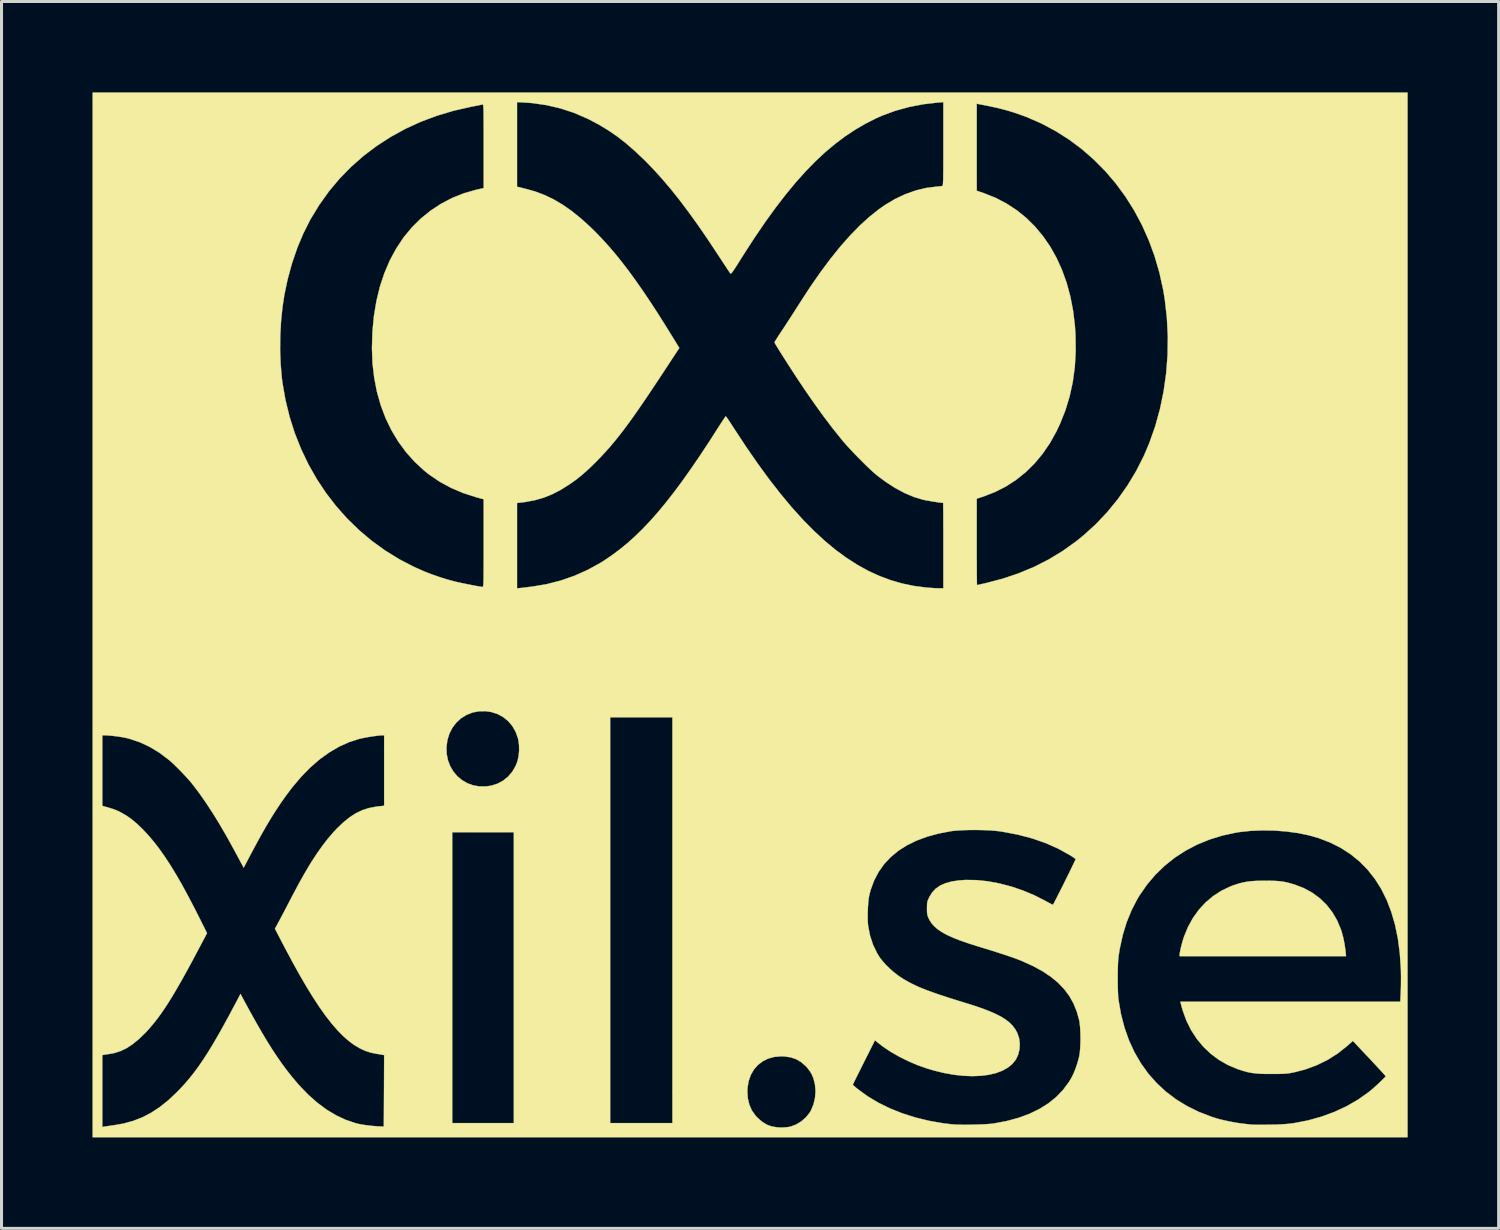
<source format=kicad_pcb>
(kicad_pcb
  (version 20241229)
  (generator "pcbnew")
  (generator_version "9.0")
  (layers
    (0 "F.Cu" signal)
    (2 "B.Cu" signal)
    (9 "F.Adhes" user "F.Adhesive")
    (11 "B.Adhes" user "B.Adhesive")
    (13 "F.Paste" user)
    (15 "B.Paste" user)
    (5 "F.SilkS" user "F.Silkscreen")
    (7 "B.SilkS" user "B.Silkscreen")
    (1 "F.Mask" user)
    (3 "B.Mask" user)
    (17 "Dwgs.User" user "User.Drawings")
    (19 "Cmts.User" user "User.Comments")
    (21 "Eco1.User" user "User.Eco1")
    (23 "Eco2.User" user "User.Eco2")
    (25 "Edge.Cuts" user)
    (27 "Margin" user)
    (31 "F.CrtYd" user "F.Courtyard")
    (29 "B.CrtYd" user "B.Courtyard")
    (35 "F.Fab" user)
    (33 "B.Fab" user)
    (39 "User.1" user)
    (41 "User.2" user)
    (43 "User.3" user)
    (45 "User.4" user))
  (footprint "logo"
    (layer "F.Cu")
    (at 21.68 17.213)
    (property "Reference" "logo" (at 0 0 0) (layer "F.SilkS") (effects (font (size 1.524 1.524) (thickness 0.3))))
    (attr through_hole)
    (fp_poly (pts (xy 17.168 8.775) (xy 17.327 8.78) (xy 17.463 8.79) (xy 17.586 8.807) (xy 17.705 8.831) (xy 17.829 8.864) (xy 17.959 8.903) (xy 18.26 9.02) (xy 18.535 9.17) (xy 18.783 9.352) (xy 19.002 9.564) (xy 19.192 9.806) (xy 19.35 10.075) (xy 19.475 10.37) (xy 19.503 10.453) (xy 19.553 10.638) (xy 19.596 10.846) (xy 19.627 11.057) (xy 19.634 11.118) (xy 19.648 11.261) (xy 14.161 11.261) (xy 14.161 11.213) (xy 14.168 11.152) (xy 14.185 11.061) (xy 14.21 10.95) (xy 14.241 10.831) (xy 14.275 10.714) (xy 14.306 10.618) (xy 14.438 10.297) (xy 14.602 10) (xy 14.795 9.731) (xy 15.016 9.491) (xy 15.263 9.282) (xy 15.534 9.106) (xy 15.828 8.965) (xy 15.93 8.926) (xy 16.083 8.875) (xy 16.227 8.836) (xy 16.371 8.808) (xy 16.525 8.789) (xy 16.699 8.778) (xy 16.902 8.774) (xy 16.976 8.774) (xy 17.168 8.775)) (stroke (width 0.01) (type solid)) (fill yes) (layer "F.SilkS"))
    (fp_poly (pts (xy 21.675 17.23) (xy -21.675 17.23) (xy -21.675 5.143) (xy -21.357 5.143) (xy -21.357 6.306) (xy -21.235 6.34) (xy -21.102 6.379) (xy -20.998 6.411) (xy -20.911 6.444) (xy -20.83 6.479) (xy -20.742 6.523) (xy -20.728 6.531) (xy -20.555 6.631) (xy -20.387 6.75) (xy -20.216 6.894) (xy -20.033 7.069) (xy -20.029 7.073) (xy -19.848 7.266) (xy -19.668 7.477) (xy -19.488 7.709) (xy -19.306 7.965) (xy -19.122 8.246) (xy -18.932 8.556) (xy -18.735 8.898) (xy -18.531 9.272) (xy -18.316 9.684) (xy -18.173 9.966) (xy -17.905 10.502) (xy -18.153 10.971) (xy -18.354 11.351) (xy -18.541 11.696) (xy -18.713 12.007) (xy -18.873 12.287) (xy -19.022 12.54) (xy -19.162 12.768) (xy -19.296 12.974) (xy -19.424 13.161) (xy -19.548 13.33) (xy -19.671 13.486) (xy -19.793 13.63) (xy -19.916 13.765) (xy -19.938 13.788) (xy -20.151 13.995) (xy -20.357 14.163) (xy -20.558 14.295) (xy -20.759 14.391) (xy -20.963 14.456) (xy -21.081 14.478) (xy -21.165 14.491) (xy -21.243 14.503) (xy -21.288 14.511) (xy -21.357 14.522) (xy -21.357 16.894) (xy -21.299 16.883) (xy -21.255 16.875) (xy -21.18 16.864) (xy -21.085 16.851) (xy -20.991 16.838) (xy -20.651 16.778) (xy -20.333 16.69) (xy -20.031 16.572) (xy -19.742 16.421) (xy -19.461 16.235) (xy -19.182 16.012) (xy -18.912 15.759) (xy -18.756 15.598) (xy -18.605 15.432) (xy -18.459 15.258) (xy -18.314 15.074) (xy -18.169 14.876) (xy -18.022 14.661) (xy -17.871 14.426) (xy -17.714 14.169) (xy -17.548 13.885) (xy -17.372 13.572) (xy -17.183 13.227) (xy -16.981 12.847) (xy -16.944 12.778) (xy -16.801 12.506) (xy -16.707 12.682) (xy -16.493 13.077) (xy -16.293 13.435) (xy -16.105 13.762) (xy -15.927 14.06) (xy -15.756 14.333) (xy -15.59 14.584) (xy -15.427 14.817) (xy -15.265 15.035) (xy -15.101 15.242) (xy -14.933 15.441) (xy -14.843 15.544) (xy -14.558 15.838) (xy -14.262 16.098) (xy -13.957 16.323) (xy -13.646 16.51) (xy -13.33 16.658) (xy -13.013 16.765) (xy -12.943 16.784) (xy -12.807 16.811) (xy -12.642 16.836) (xy -12.46 16.857) (xy -12.274 16.871) (xy -12.213 16.874) (xy -12.076 16.88) (xy -12.07 15.702) (xy -12.065 14.524) (xy -12.123 14.512) (xy -12.174 14.503) (xy -12.25 14.49) (xy -12.33 14.478) (xy -12.514 14.439) (xy -12.696 14.379) (xy -12.877 14.294) (xy -13.058 14.186) (xy -13.239 14.051) (xy -13.422 13.889) (xy -13.608 13.699) (xy -13.798 13.48) (xy -13.993 13.229) (xy -14.194 12.946) (xy -14.402 12.63) (xy -14.619 12.279) (xy -14.844 11.892) (xy -15.08 11.467) (xy -15.327 11.005) (xy -15.45 10.771) (xy -15.665 10.355) (xy -15.54 10.125) (xy -15.497 10.045) (xy -15.439 9.935) (xy -15.369 9.803) (xy -15.291 9.654) (xy -15.21 9.498) (xy -15.128 9.341) (xy -15.12 9.324) (xy -14.903 8.915) (xy -14.696 8.544) (xy -14.496 8.208) (xy -14.301 7.906) (xy -14.11 7.634) (xy -13.921 7.389) (xy -13.738 7.176) (xy -9.821 7.176) (xy -9.821 16.764) (xy -7.789 16.764) (xy -7.789 7.176) (xy -9.821 7.176) (xy -13.738 7.176) (xy -13.732 7.169) (xy -13.632 7.062) (xy -13.416 6.854) (xy -13.206 6.684) (xy -12.998 6.549) (xy -12.785 6.448) (xy -12.564 6.376) (xy -12.33 6.332) (xy -12.293 6.327) (xy -12.065 6.302) (xy -12.065 4.372) (xy -10.01 4.372) (xy -10.003 4.594) (xy -9.961 4.804) (xy -9.886 4.999) (xy -9.783 5.174) (xy -9.653 5.328) (xy -9.499 5.456) (xy -9.325 5.558) (xy -9.133 5.628) (xy -8.926 5.665) (xy -8.707 5.665) (xy -8.541 5.641) (xy -8.332 5.576) (xy -8.144 5.475) (xy -7.978 5.341) (xy -7.839 5.178) (xy -7.729 4.987) (xy -7.671 4.838) (xy -7.633 4.673) (xy -7.615 4.488) (xy -7.618 4.3) (xy -7.641 4.127) (xy -7.651 4.087) (xy -7.728 3.868) (xy -7.837 3.676) (xy -7.976 3.511) (xy -8.13 3.387) (xy -4.614 3.387) (xy -4.614 16.764) (xy -2.561 16.764) (xy -2.561 15.727) (xy -0.09 15.727) (xy -0.073 15.958) (xy -0.023 16.165) (xy 0.06 16.35) (xy 0.18 16.518) (xy 0.252 16.595) (xy 0.4 16.723) (xy 0.551 16.816) (xy 0.713 16.875) (xy 0.896 16.905) (xy 1.027 16.911) (xy 1.129 16.907) (xy 1.232 16.898) (xy 1.315 16.885) (xy 1.331 16.881) (xy 1.516 16.812) (xy 1.689 16.707) (xy 1.841 16.575) (xy 1.964 16.421) (xy 2.007 16.347) (xy 2.091 16.145) (xy 2.141 15.929) (xy 2.157 15.708) (xy 2.139 15.498) (xy 3.388 15.498) (xy 3.403 15.516) (xy 3.444 15.554) (xy 3.504 15.606) (xy 3.551 15.644) (xy 3.871 15.878) (xy 4.225 16.09) (xy 4.608 16.278) (xy 5.017 16.442) (xy 5.449 16.579) (xy 5.898 16.689) (xy 6.363 16.77) (xy 6.646 16.804) (xy 6.758 16.812) (xy 6.901 16.817) (xy 7.066 16.819) (xy 7.245 16.818) (xy 7.428 16.814) (xy 7.606 16.809) (xy 7.77 16.801) (xy 7.911 16.791) (xy 8.02 16.779) (xy 8.033 16.777) (xy 8.458 16.697) (xy 8.85 16.591) (xy 9.21 16.459) (xy 9.537 16.3) (xy 9.831 16.116) (xy 10.092 15.905) (xy 10.32 15.668) (xy 10.514 15.406) (xy 10.597 15.268) (xy 10.663 15.134) (xy 10.728 14.973) (xy 10.788 14.798) (xy 10.836 14.624) (xy 10.851 14.563) (xy 10.87 14.444) (xy 10.883 14.294) (xy 10.891 14.123) (xy 10.893 13.944) (xy 10.889 13.766) (xy 10.88 13.6) (xy 10.865 13.458) (xy 10.851 13.377) (xy 10.771 13.088) (xy 10.663 12.821) (xy 10.524 12.573) (xy 10.353 12.344) (xy 10.149 12.132) (xy 10.037 12.04) (xy 12.12 12.04) (xy 12.121 12.22) (xy 12.126 12.388) (xy 12.132 12.537) (xy 12.141 12.657) (xy 12.146 12.7) (xy 12.227 13.169) (xy 12.342 13.613) (xy 12.49 14.033) (xy 12.671 14.426) (xy 12.884 14.793) (xy 13.128 15.133) (xy 13.404 15.445) (xy 13.709 15.728) (xy 14.045 15.982) (xy 14.41 16.205) (xy 14.803 16.398) (xy 15.224 16.56) (xy 15.378 16.608) (xy 15.523 16.648) (xy 15.697 16.688) (xy 15.883 16.726) (xy 16.067 16.758) (xy 16.234 16.781) (xy 16.256 16.784) (xy 16.353 16.795) (xy 16.443 16.805) (xy 16.512 16.813) (xy 16.531 16.815) (xy 16.573 16.817) (xy 16.65 16.818) (xy 16.756 16.819) (xy 16.883 16.819) (xy 17.025 16.818) (xy 17.124 16.817) (xy 17.33 16.813) (xy 17.503 16.806) (xy 17.651 16.797) (xy 17.783 16.785) (xy 17.908 16.769) (xy 17.928 16.766) (xy 18.39 16.677) (xy 18.835 16.553) (xy 19.261 16.397) (xy 19.664 16.21) (xy 20.041 15.993) (xy 20.389 15.746) (xy 20.43 15.713) (xy 20.498 15.657) (xy 20.577 15.588) (xy 20.662 15.512) (xy 20.745 15.434) (xy 20.822 15.361) (xy 20.887 15.297) (xy 20.933 15.249) (xy 20.954 15.222) (xy 20.955 15.22) (xy 20.941 15.201) (xy 20.901 15.155) (xy 20.838 15.086) (xy 20.756 14.996) (xy 20.658 14.89) (xy 20.546 14.77) (xy 20.425 14.64) (xy 20.414 14.629) (xy 19.874 14.055) (xy 19.681 14.225) (xy 19.371 14.471) (xy 19.038 14.681) (xy 18.683 14.855) (xy 18.307 14.994) (xy 17.951 15.087) (xy 17.861 15.105) (xy 17.783 15.119) (xy 17.708 15.129) (xy 17.628 15.136) (xy 17.535 15.14) (xy 17.42 15.143) (xy 17.275 15.144) (xy 17.187 15.144) (xy 16.979 15.143) (xy 16.803 15.137) (xy 16.651 15.125) (xy 16.514 15.106) (xy 16.384 15.079) (xy 16.25 15.042) (xy 16.103 14.994) (xy 16.068 14.982) (xy 15.751 14.848) (xy 15.457 14.68) (xy 15.187 14.478) (xy 14.942 14.246) (xy 14.726 13.985) (xy 14.539 13.697) (xy 14.384 13.385) (xy 14.263 13.051) (xy 14.236 12.955) (xy 14.185 12.764) (xy 21.437 12.764) (xy 21.453 12.409) (xy 21.458 12.257) (xy 21.46 12.082) (xy 21.46 11.901) (xy 21.457 11.732) (xy 21.455 11.675) (xy 21.42 11.163) (xy 21.357 10.681) (xy 21.264 10.228) (xy 21.141 9.805) (xy 20.99 9.411) (xy 20.81 9.048) (xy 20.601 8.716) (xy 20.363 8.414) (xy 20.097 8.143) (xy 19.803 7.903) (xy 19.481 7.694) (xy 19.131 7.517) (xy 18.753 7.371) (xy 18.435 7.279) (xy 18.074 7.204) (xy 17.689 7.151) (xy 17.29 7.12) (xy 16.889 7.114) (xy 16.495 7.13) (xy 16.122 7.171) (xy 16.023 7.187) (xy 15.576 7.283) (xy 15.148 7.415) (xy 14.742 7.581) (xy 14.36 7.781) (xy 14.001 8.014) (xy 13.669 8.279) (xy 13.364 8.574) (xy 13.088 8.899) (xy 12.842 9.253) (xy 12.765 9.381) (xy 12.574 9.75) (xy 12.413 10.147) (xy 12.284 10.57) (xy 12.187 11.017) (xy 12.146 11.282) (xy 12.136 11.385) (xy 12.128 11.521) (xy 12.123 11.681) (xy 12.12 11.857) (xy 12.12 12.04) (xy 10.037 12.04) (xy 9.91 11.936) (xy 9.635 11.753) (xy 9.321 11.583) (xy 8.968 11.423) (xy 8.882 11.388) (xy 8.78 11.349) (xy 8.664 11.306) (xy 8.529 11.26) (xy 8.373 11.208) (xy 8.191 11.149) (xy 7.979 11.082) (xy 7.734 11.006) (xy 7.493 10.932) (xy 7.187 10.835) (xy 6.92 10.742) (xy 6.689 10.651) (xy 6.492 10.561) (xy 6.326 10.469) (xy 6.187 10.376) (xy 6.074 10.278) (xy 5.983 10.175) (xy 5.912 10.064) (xy 5.888 10.016) (xy 5.861 9.953) (xy 5.844 9.896) (xy 5.835 9.831) (xy 5.832 9.744) (xy 5.832 9.682) (xy 5.833 9.582) (xy 5.837 9.51) (xy 5.849 9.452) (xy 5.871 9.394) (xy 5.905 9.321) (xy 5.911 9.308) (xy 6.004 9.158) (xy 6.122 9.033) (xy 6.269 8.932) (xy 6.446 8.854) (xy 6.654 8.797) (xy 6.897 8.762) (xy 7.112 8.748) (xy 7.467 8.753) (xy 7.838 8.792) (xy 8.22 8.863) (xy 8.607 8.964) (xy 8.991 9.094) (xy 9.366 9.251) (xy 9.726 9.433) (xy 9.741 9.441) (xy 9.829 9.49) (xy 9.904 9.529) (xy 9.958 9.556) (xy 9.984 9.566) (xy 9.984 9.566) (xy 9.996 9.548) (xy 10.024 9.497) (xy 10.066 9.417) (xy 10.119 9.314) (xy 10.18 9.193) (xy 10.248 9.058) (xy 10.32 8.915) (xy 10.392 8.769) (xy 10.464 8.624) (xy 10.532 8.486) (xy 10.594 8.358) (xy 10.647 8.248) (xy 10.69 8.158) (xy 10.719 8.095) (xy 10.732 8.063) (xy 10.732 8.06) (xy 10.715 8.044) (xy 10.669 8.011) (xy 10.602 7.967) (xy 10.544 7.93) (xy 10.162 7.718) (xy 9.749 7.534) (xy 9.306 7.38) (xy 8.833 7.255) (xy 8.331 7.16) (xy 8.202 7.141) (xy 8.049 7.124) (xy 7.866 7.112) (xy 7.663 7.104) (xy 7.449 7.1) (xy 7.236 7.101) (xy 7.03 7.107) (xy 6.844 7.117) (xy 6.685 7.132) (xy 6.625 7.14) (xy 6.211 7.219) (xy 5.829 7.324) (xy 5.48 7.454) (xy 5.164 7.61) (xy 4.881 7.791) (xy 4.632 7.998) (xy 4.417 8.229) (xy 4.236 8.485) (xy 4.089 8.766) (xy 3.976 9.072) (xy 3.926 9.264) (xy 3.909 9.365) (xy 3.895 9.496) (xy 3.885 9.648) (xy 3.879 9.809) (xy 3.877 9.968) (xy 3.88 10.114) (xy 3.889 10.236) (xy 3.892 10.269) (xy 3.955 10.586) (xy 4.054 10.887) (xy 4.19 11.167) (xy 4.276 11.306) (xy 4.366 11.423) (xy 4.483 11.552) (xy 4.617 11.683) (xy 4.759 11.806) (xy 4.898 11.912) (xy 4.936 11.938) (xy 5.063 12.019) (xy 5.195 12.096) (xy 5.333 12.169) (xy 5.483 12.241) (xy 5.649 12.313) (xy 5.833 12.386) (xy 6.04 12.461) (xy 6.274 12.542) (xy 6.538 12.628) (xy 6.837 12.722) (xy 7.08 12.797) (xy 7.394 12.895) (xy 7.669 12.99) (xy 7.907 13.082) (xy 8.113 13.173) (xy 8.288 13.264) (xy 8.435 13.358) (xy 8.558 13.455) (xy 8.659 13.559) (xy 8.742 13.669) (xy 8.808 13.789) (xy 8.811 13.795) (xy 8.868 13.963) (xy 8.891 14.143) (xy 8.882 14.327) (xy 8.84 14.503) (xy 8.767 14.661) (xy 8.759 14.674) (xy 8.644 14.817) (xy 8.494 14.938) (xy 8.313 15.038) (xy 8.104 15.116) (xy 7.868 15.172) (xy 7.609 15.205) (xy 7.329 15.216) (xy 7.031 15.205) (xy 6.718 15.17) (xy 6.393 15.112) (xy 6.057 15.03) (xy 5.824 14.961) (xy 5.518 14.852) (xy 5.212 14.721) (xy 4.916 14.574) (xy 4.638 14.415) (xy 4.387 14.248) (xy 4.223 14.121) (xy 4.117 14.033) (xy 3.753 14.758) (xy 3.672 14.92) (xy 3.597 15.071) (xy 3.53 15.205) (xy 3.474 15.318) (xy 3.43 15.408) (xy 3.401 15.469) (xy 3.388 15.496) (xy 3.388 15.498) (xy 2.139 15.498) (xy 2.139 15.489) (xy 2.086 15.282) (xy 2.031 15.154) (xy 1.982 15.071) (xy 1.915 14.978) (xy 1.844 14.895) (xy 1.838 14.889) (xy 1.687 14.756) (xy 1.522 14.659) (xy 1.338 14.596) (xy 1.131 14.566) (xy 1.021 14.563) (xy 0.799 14.582) (xy 0.597 14.637) (xy 0.416 14.727) (xy 0.259 14.847) (xy 0.127 14.997) (xy 0.025 15.173) (xy -0.046 15.372) (xy -0.084 15.592) (xy -0.09 15.727) (xy -2.561 15.727) (xy -2.561 3.387) (xy -4.614 3.387) (xy -8.13 3.387) (xy -8.141 3.378) (xy -8.33 3.276) (xy -8.54 3.21) (xy -8.723 3.184) (xy -8.946 3.188) (xy -9.158 3.23) (xy -9.354 3.309) (xy -9.532 3.42) (xy -9.687 3.562) (xy -9.816 3.732) (xy -9.915 3.926) (xy -9.98 4.139) (xy -10.01 4.372) (xy -12.065 4.372) (xy -12.065 3.979) (xy -12.124 3.979) (xy -12.198 3.983) (xy -12.302 3.995) (xy -12.426 4.011) (xy -12.558 4.032) (xy -12.688 4.055) (xy -12.804 4.078) (xy -12.877 4.094) (xy -13.212 4.201) (xy -13.543 4.349) (xy -13.867 4.538) (xy -14.185 4.766) (xy -14.495 5.034) (xy -14.796 5.341) (xy -15.087 5.685) (xy -15.119 5.726) (xy -15.29 5.953) (xy -15.457 6.187) (xy -15.62 6.432) (xy -15.785 6.693) (xy -15.954 6.975) (xy -16.129 7.283) (xy -16.315 7.622) (xy -16.453 7.881) (xy -16.696 8.344) (xy -16.791 8.167) (xy -16.837 8.082) (xy -16.896 7.972) (xy -16.961 7.85) (xy -17.026 7.73) (xy -17.04 7.705) (xy -17.261 7.303) (xy -17.486 6.918) (xy -17.71 6.553) (xy -17.932 6.214) (xy -18.147 5.905) (xy -18.353 5.631) (xy -18.412 5.557) (xy -18.502 5.452) (xy -18.612 5.33) (xy -18.735 5.2) (xy -18.862 5.07) (xy -18.984 4.95) (xy -19.093 4.849) (xy -19.156 4.795) (xy -19.467 4.559) (xy -19.788 4.364) (xy -20.117 4.209) (xy -20.453 4.096) (xy -20.563 4.068) (xy -20.683 4.044) (xy -20.825 4.021) (xy -20.974 4.002) (xy -21.115 3.988) (xy -21.236 3.98) (xy -21.275 3.979) (xy -21.357 3.979) (xy -21.357 5.143) (xy -21.675 5.143) (xy -21.675 -8.723) (xy -15.495 -8.723) (xy -15.478 -8.261) (xy -15.44 -7.821) (xy -15.419 -7.652) (xy -15.319 -7.079) (xy -15.183 -6.521) (xy -15.01 -5.979) (xy -14.802 -5.456) (xy -14.561 -4.952) (xy -14.287 -4.469) (xy -13.982 -4.01) (xy -13.647 -3.575) (xy -13.283 -3.166) (xy -12.892 -2.785) (xy -12.474 -2.433) (xy -12.031 -2.112) (xy -11.564 -1.824) (xy -11.074 -1.57) (xy -10.73 -1.418) (xy -10.486 -1.324) (xy -10.227 -1.234) (xy -9.97 -1.154) (xy -9.731 -1.09) (xy -9.719 -1.087) (xy -9.631 -1.066) (xy -9.52 -1.043) (xy -9.396 -1.017) (xy -9.265 -0.991) (xy -9.138 -0.966) (xy -9.021 -0.944) (xy -8.923 -0.927) (xy -8.852 -0.916) (xy -8.821 -0.912) (xy -8.814 -0.914) (xy -8.808 -0.921) (xy -8.802 -0.937) (xy -8.798 -0.964) (xy -8.794 -1.006) (xy -8.791 -1.065) (xy -8.789 -1.145) (xy -8.787 -1.248) (xy -8.786 -1.377) (xy -8.785 -1.536) (xy -8.785 -1.726) (xy -8.784 -1.952) (xy -8.784 -2.216) (xy -8.784 -2.357) (xy -8.784 -3.803) (xy -9.03 -3.87) (xy -9.456 -4.007) (xy -9.856 -4.177) (xy -10.229 -4.378) (xy -10.574 -4.612) (xy -10.742 -4.745) (xy -11.06 -5.039) (xy -11.347 -5.361) (xy -11.603 -5.709) (xy -11.827 -6.084) (xy -12.019 -6.482) (xy -12.177 -6.902) (xy -12.302 -7.343) (xy -12.392 -7.803) (xy -12.448 -8.28) (xy -12.467 -8.774) (xy -12.467 -8.786) (xy -12.451 -9.327) (xy -12.402 -9.845) (xy -12.32 -10.339) (xy -12.206 -10.809) (xy -12.059 -11.253) (xy -11.881 -11.672) (xy -11.67 -12.064) (xy -11.429 -12.428) (xy -11.407 -12.457) (xy -11.142 -12.775) (xy -10.849 -13.064) (xy -10.529 -13.322) (xy -10.185 -13.547) (xy -9.821 -13.737) (xy -9.438 -13.89) (xy -9.041 -14.004) (xy -9.001 -14.013) (xy -8.784 -14.062) (xy -8.784 -14.107) (xy -7.684 -14.107) (xy -7.395 -14.037) (xy -7.08 -13.948) (xy -6.774 -13.832) (xy -6.476 -13.689) (xy -6.181 -13.515) (xy -5.885 -13.309) (xy -5.586 -13.068) (xy -5.279 -12.791) (xy -5.101 -12.617) (xy -4.884 -12.392) (xy -4.668 -12.155) (xy -4.451 -11.902) (xy -4.232 -11.63) (xy -4.007 -11.337) (xy -3.777 -11.021) (xy -3.538 -10.679) (xy -3.288 -10.308) (xy -3.027 -9.906) (xy -2.752 -9.47) (xy -2.504 -9.068) (xy -2.334 -8.791) (xy -2.876 -7.966) (xy -3.117 -7.602) (xy -3.338 -7.271) (xy -3.541 -6.971) (xy -3.729 -6.698) (xy -3.904 -6.451) (xy -4.068 -6.226) (xy -4.223 -6.02) (xy -4.371 -5.831) (xy -4.515 -5.655) (xy -4.656 -5.49) (xy -4.797 -5.333) (xy -4.939 -5.181) (xy -5.08 -5.037) (xy -5.263 -4.857) (xy -5.429 -4.703) (xy -5.587 -4.568) (xy -5.745 -4.444) (xy -5.913 -4.324) (xy -5.964 -4.289) (xy -6.249 -4.11) (xy -6.527 -3.967) (xy -6.806 -3.855) (xy -7.096 -3.772) (xy -7.407 -3.713) (xy -7.562 -3.694) (xy -7.684 -3.68) (xy -7.684 -0.865) (xy -7.562 -0.878) (xy -7.491 -0.886) (xy -7.391 -0.898) (xy -7.279 -0.912) (xy -7.186 -0.923) (xy -6.709 -1.003) (xy -6.241 -1.123) (xy -5.784 -1.282) (xy -5.344 -1.48) (xy -4.922 -1.713) (xy -4.803 -1.788) (xy -4.545 -1.964) (xy -4.292 -2.154) (xy -4.041 -2.359) (xy -3.793 -2.582) (xy -3.544 -2.825) (xy -3.293 -3.089) (xy -3.038 -3.377) (xy -2.779 -3.69) (xy -2.513 -4.03) (xy -2.238 -4.4) (xy -1.954 -4.801) (xy -1.657 -5.235) (xy -1.347 -5.704) (xy -1.026 -6.206) (xy -0.958 -6.311) (xy -0.899 -6.402) (xy -0.85 -6.475) (xy -0.817 -6.522) (xy -0.802 -6.539) (xy -0.787 -6.523) (xy -0.753 -6.475) (xy -0.703 -6.402) (xy -0.641 -6.309) (xy -0.57 -6.199) (xy -0.532 -6.141) (xy -0.138 -5.542) (xy 0.248 -4.983) (xy 0.627 -4.464) (xy 1.001 -3.984) (xy 1.369 -3.542) (xy 1.734 -3.137) (xy 2.096 -2.769) (xy 2.456 -2.436) (xy 2.815 -2.137) (xy 3.175 -1.873) (xy 3.536 -1.641) (xy 3.899 -1.441) (xy 4.266 -1.273) (xy 4.637 -1.135) (xy 5.013 -1.026) (xy 5.396 -0.946) (xy 5.786 -0.895) (xy 5.842 -0.889) (xy 5.957 -0.881) (xy 6.074 -0.873) (xy 6.176 -0.869) (xy 6.228 -0.868) (xy 6.371 -0.868) (xy 6.371 -2.275) (xy 6.371 -2.515) (xy 6.371 -2.742) (xy 6.37 -2.953) (xy 6.37 -3.144) (xy 6.369 -3.311) (xy 6.368 -3.452) (xy 6.367 -3.562) (xy 6.366 -3.639) (xy 6.365 -3.678) (xy 6.365 -3.683) (xy 6.32 -3.687) (xy 6.243 -3.696) (xy 6.145 -3.71) (xy 6.036 -3.727) (xy 5.925 -3.746) (xy 5.823 -3.764) (xy 5.739 -3.78) (xy 5.702 -3.788) (xy 5.403 -3.878) (xy 5.095 -4.008) (xy 4.781 -4.176) (xy 4.464 -4.381) (xy 4.191 -4.585) (xy 4.096 -4.665) (xy 3.978 -4.772) (xy 3.845 -4.898) (xy 3.702 -5.039) (xy 3.555 -5.187) (xy 3.409 -5.338) (xy 3.272 -5.485) (xy 3.148 -5.621) (xy 3.043 -5.742) (xy 3.04 -5.747) (xy 2.744 -6.114) (xy 2.436 -6.519) (xy 2.117 -6.961) (xy 1.787 -7.437) (xy 1.658 -7.631) (xy 1.562 -7.774) (xy 1.463 -7.926) (xy 1.362 -8.082) (xy 1.261 -8.237) (xy 1.164 -8.389) (xy 1.074 -8.531) (xy 0.992 -8.661) (xy 0.921 -8.774) (xy 0.865 -8.866) (xy 0.826 -8.932) (xy 0.806 -8.969) (xy 0.804 -8.975) (xy 0.816 -8.998) (xy 0.847 -9.051) (xy 0.896 -9.128) (xy 0.957 -9.224) (xy 1.029 -9.333) (xy 1.055 -9.372) (xy 1.137 -9.495) (xy 1.234 -9.645) (xy 1.342 -9.81) (xy 1.453 -9.983) (xy 1.561 -10.152) (xy 1.64 -10.276) (xy 1.983 -10.804) (xy 2.321 -11.29) (xy 2.653 -11.735) (xy 2.98 -12.14) (xy 3.302 -12.504) (xy 3.62 -12.83) (xy 3.935 -13.116) (xy 4.246 -13.364) (xy 4.456 -13.51) (xy 4.777 -13.701) (xy 5.11 -13.858) (xy 5.438 -13.975) (xy 7.472 -13.975) (xy 7.699 -13.898) (xy 8.086 -13.744) (xy 8.449 -13.556) (xy 8.789 -13.334) (xy 9.104 -13.08) (xy 9.393 -12.794) (xy 9.657 -12.478) (xy 9.894 -12.134) (xy 10.103 -11.761) (xy 10.284 -11.363) (xy 10.436 -10.939) (xy 10.558 -10.491) (xy 10.649 -10.02) (xy 10.708 -9.528) (xy 10.729 -9.217) (xy 10.735 -8.682) (xy 10.706 -8.168) (xy 10.639 -7.673) (xy 10.535 -7.194) (xy 10.394 -6.731) (xy 10.214 -6.281) (xy 10.099 -6.038) (xy 9.886 -5.656) (xy 9.646 -5.305) (xy 9.38 -4.985) (xy 9.089 -4.698) (xy 8.774 -4.445) (xy 8.437 -4.226) (xy 8.078 -4.044) (xy 7.737 -3.91) (xy 7.472 -3.821) (xy 7.472 -2.397) (xy 7.472 -2.156) (xy 7.472 -1.928) (xy 7.473 -1.716) (xy 7.474 -1.523) (xy 7.475 -1.354) (xy 7.476 -1.212) (xy 7.477 -1.1) (xy 7.479 -1.021) (xy 7.48 -0.979) (xy 7.481 -0.974) (xy 7.504 -0.978) (xy 7.56 -0.99) (xy 7.642 -1.009) (xy 7.742 -1.031) (xy 7.772 -1.038) (xy 8.328 -1.184) (xy 8.857 -1.362) (xy 9.361 -1.572) (xy 9.841 -1.816) (xy 10.299 -2.093) (xy 10.737 -2.406) (xy 10.986 -2.606) (xy 11.393 -2.975) (xy 11.773 -3.376) (xy 12.124 -3.805) (xy 12.444 -4.261) (xy 12.732 -4.74) (xy 12.985 -5.24) (xy 13.163 -5.66) (xy 13.357 -6.211) (xy 13.514 -6.781) (xy 13.634 -7.365) (xy 13.718 -7.96) (xy 13.764 -8.563) (xy 13.772 -9.169) (xy 13.742 -9.774) (xy 13.674 -10.376) (xy 13.62 -10.705) (xy 13.496 -11.269) (xy 13.338 -11.814) (xy 13.145 -12.339) (xy 12.92 -12.843) (xy 12.663 -13.324) (xy 12.375 -13.782) (xy 12.058 -14.214) (xy 11.713 -14.619) (xy 11.341 -14.995) (xy 10.943 -15.343) (xy 10.52 -15.659) (xy 10.074 -15.942) (xy 9.606 -16.192) (xy 9.117 -16.406) (xy 8.715 -16.549) (xy 8.453 -16.628) (xy 8.181 -16.699) (xy 7.887 -16.763) (xy 7.742 -16.792) (xy 7.472 -16.843) (xy 7.472 -13.975) (xy 5.438 -13.975) (xy 5.45 -13.98) (xy 5.791 -14.064) (xy 6.117 -14.107) (xy 6.204 -14.115) (xy 6.278 -14.123) (xy 6.326 -14.13) (xy 6.334 -14.132) (xy 6.342 -14.136) (xy 6.348 -14.145) (xy 6.353 -14.164) (xy 6.358 -14.194) (xy 6.361 -14.239) (xy 6.364 -14.301) (xy 6.367 -14.385) (xy 6.368 -14.492) (xy 6.37 -14.626) (xy 6.37 -14.79) (xy 6.371 -14.988) (xy 6.371 -15.221) (xy 6.371 -15.493) (xy 6.371 -16.896) (xy 6.186 -16.882) (xy 5.705 -16.826) (xy 5.237 -16.735) (xy 4.787 -16.611) (xy 4.36 -16.454) (xy 4.159 -16.366) (xy 3.811 -16.19) (xy 3.471 -15.992) (xy 3.137 -15.771) (xy 2.807 -15.523) (xy 2.481 -15.25) (xy 2.156 -14.947) (xy 1.832 -14.615) (xy 1.507 -14.252) (xy 1.179 -13.855) (xy 0.847 -13.425) (xy 0.509 -12.958) (xy 0.165 -12.454) (xy -0.187 -11.912) (xy -0.348 -11.657) (xy -0.436 -11.516) (xy -0.506 -11.408) (xy -0.558 -11.33) (xy -0.597 -11.278) (xy -0.623 -11.25) (xy -0.64 -11.241) (xy -0.647 -11.244) (xy -0.665 -11.268) (xy -0.702 -11.323) (xy -0.757 -11.404) (xy -0.826 -11.509) (xy -0.907 -11.632) (xy -0.997 -11.769) (xy -1.073 -11.885) (xy -1.402 -12.382) (xy -1.718 -12.842) (xy -2.024 -13.267) (xy -2.32 -13.66) (xy -2.609 -14.023) (xy -2.893 -14.358) (xy -3.174 -14.669) (xy -3.453 -14.957) (xy -3.506 -15.009) (xy -3.807 -15.293) (xy -4.097 -15.544) (xy -4.384 -15.767) (xy -4.674 -15.966) (xy -4.974 -16.148) (xy -5.291 -16.317) (xy -5.366 -16.353) (xy -5.802 -16.542) (xy -6.25 -16.69) (xy -6.711 -16.797) (xy -7.185 -16.865) (xy -7.424 -16.883) (xy -7.684 -16.897) (xy -7.684 -14.107) (xy -8.784 -14.107) (xy -8.784 -15.446) (xy -8.784 -15.722) (xy -8.784 -15.959) (xy -8.785 -16.16) (xy -8.786 -16.327) (xy -8.787 -16.463) (xy -8.788 -16.573) (xy -8.79 -16.658) (xy -8.793 -16.721) (xy -8.797 -16.766) (xy -8.801 -16.795) (xy -8.806 -16.812) (xy -8.812 -16.819) (xy -8.819 -16.82) (xy -8.821 -16.819) (xy -8.854 -16.812) (xy -8.92 -16.798) (xy -9.012 -16.779) (xy -9.122 -16.758) (xy -9.196 -16.744) (xy -9.769 -16.614) (xy -10.322 -16.449) (xy -10.854 -16.25) (xy -11.364 -16.017) (xy -11.85 -15.75) (xy -12.311 -15.452) (xy -12.746 -15.123) (xy -13.154 -14.764) (xy -13.534 -14.375) (xy -13.884 -13.957) (xy -14.202 -13.512) (xy -14.489 -13.041) (xy -14.508 -13.007) (xy -14.733 -12.559) (xy -14.932 -12.082) (xy -15.103 -11.582) (xy -15.245 -11.064) (xy -15.356 -10.535) (xy -15.418 -10.124) (xy -15.465 -9.665) (xy -15.49 -9.194) (xy -15.495 -8.723) (xy -21.675 -8.723) (xy -21.675 -17.209) (xy 21.675 -17.209) (xy 21.675 17.23)) (stroke (width 0.01) (type solid)) (fill yes) (layer "F.SilkS")))
  (gr_rect
    (start -3 -3)
    (end 46.359 37.448)
    (stroke (width 0.1) (type default))
    (fill no)
    (layer "Edge.Cuts")))
</source>
